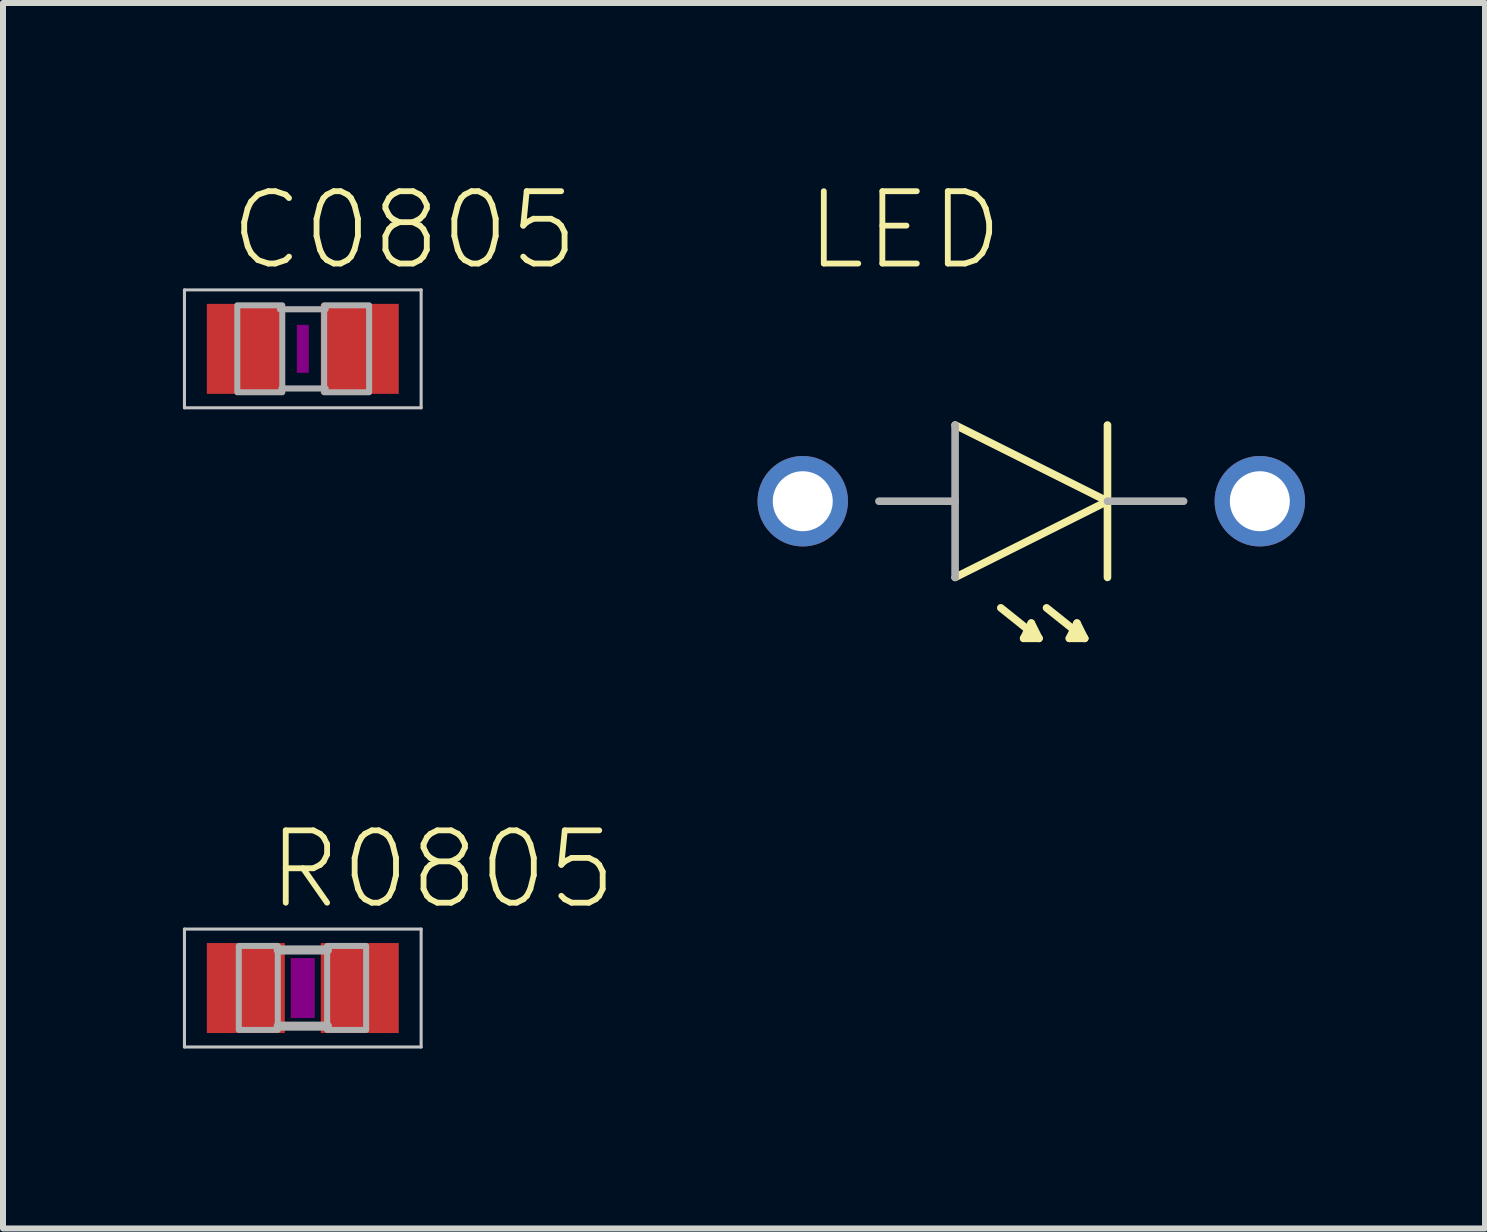
<source format=kicad_pcb>
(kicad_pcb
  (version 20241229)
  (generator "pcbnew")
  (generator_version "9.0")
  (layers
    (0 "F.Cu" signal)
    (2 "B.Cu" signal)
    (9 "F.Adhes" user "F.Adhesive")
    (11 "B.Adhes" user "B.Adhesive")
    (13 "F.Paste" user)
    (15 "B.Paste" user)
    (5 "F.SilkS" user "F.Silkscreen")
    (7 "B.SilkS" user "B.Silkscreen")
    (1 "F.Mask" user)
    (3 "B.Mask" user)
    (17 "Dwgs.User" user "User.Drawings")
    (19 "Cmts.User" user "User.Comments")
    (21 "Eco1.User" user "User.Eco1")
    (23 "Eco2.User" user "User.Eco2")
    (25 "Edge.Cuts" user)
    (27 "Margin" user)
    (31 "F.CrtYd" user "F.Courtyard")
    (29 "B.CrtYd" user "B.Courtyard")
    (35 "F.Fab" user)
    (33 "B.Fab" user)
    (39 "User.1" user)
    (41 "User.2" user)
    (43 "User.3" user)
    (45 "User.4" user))
  (footprint "R0805"
    (layer "F.Cu")
    (at 1.998 13.422)
    (property "Reference" "R0805" (at -0.635 -1.27 180) (layer "F.SilkS") (effects (font (size 1.206 1.206) (thickness 0.097)) (justify left bottom)))
    (attr through_hole)
    (fp_poly (pts (xy -0.2 0.5) (xy 0.2 0.5) (xy 0.2 -0.5) (xy -0.2 -0.5)) (stroke (width 0) (type solid)) (fill yes) (layer "F.Adhes"))
    (fp_line (start -1.973 -0.983) (end 1.973 -0.983) (stroke (width 0.051) (type solid)) (layer "Dwgs.User"))
    (fp_line (start -1.973 0.983) (end -1.973 -0.983) (stroke (width 0.051) (type solid)) (layer "Dwgs.User"))
    (fp_line (start 1.973 -0.983) (end 1.973 0.983) (stroke (width 0.051) (type solid)) (layer "Dwgs.User"))
    (fp_line (start 1.973 0.983) (end -1.973 0.983) (stroke (width 0.051) (type solid)) (layer "Dwgs.User"))
    (fp_line (start -0.41 -0.635) (end 0.41 -0.635) (stroke (width 0.152) (type solid)) (layer "F.Fab"))
    (fp_line (start -0.41 0.635) (end 0.41 0.635) (stroke (width 0.152) (type solid)) (layer "F.Fab"))
    (fp_poly (pts (xy -1.067 0.699) (xy -0.417 0.699) (xy -0.417 -0.702) (xy -1.067 -0.702)) (stroke (width 0.1) (type solid)) (fill no) (layer "F.Fab"))
    (fp_poly (pts (xy 0.406 0.699) (xy 1.056 0.699) (xy 1.056 -0.702) (xy 0.406 -0.702)) (stroke (width 0.1) (type solid)) (fill no) (layer "F.Fab"))
    (pad "1" smd rect (at -0.95 0) (size 1.3 1.5) (layers "F.Cu" "F.Mask" "F.Paste"))
    (pad "2" smd rect (at 0.95 0) (size 1.3 1.5) (layers "F.Cu" "F.Mask" "F.Paste")))
  (footprint "LED"
    (layer "F.Cu")
    (at 14.143 5.306)
    (property "Reference" "LED" (at -3.81 -3.81 0) (layer "F.SilkS") (effects (font (size 1.206 1.206) (thickness 0.097)) (justify left bottom)))
    (attr through_hole)
    (fp_line (start -1.27 1.27) (end 1.27 0) (stroke (width 0.127) (type solid)) (layer "F.SilkS"))
    (fp_line (start -0.508 1.778) (end 0.127 2.286) (stroke (width 0.127) (type solid)) (layer "F.SilkS"))
    (fp_line (start -0.127 2.286) (end 0.127 2.286) (stroke (width 0.127) (type solid)) (layer "F.SilkS"))
    (fp_line (start 0 2.032) (end -0.127 2.286) (stroke (width 0.127) (type solid)) (layer "F.SilkS"))
    (fp_line (start 0.127 2.286) (end 0 2.032) (stroke (width 0.127) (type solid)) (layer "F.SilkS"))
    (fp_line (start 0.254 1.778) (end 0.889 2.286) (stroke (width 0.127) (type solid)) (layer "F.SilkS"))
    (fp_line (start 0.635 2.286) (end 0.889 2.286) (stroke (width 0.127) (type solid)) (layer "F.SilkS"))
    (fp_line (start 0.762 2.032) (end 0.635 2.286) (stroke (width 0.127) (type solid)) (layer "F.SilkS"))
    (fp_line (start 0.889 2.286) (end 0.762 2.032) (stroke (width 0.127) (type solid)) (layer "F.SilkS"))
    (fp_line (start 1.27 -1.27) (end 1.27 1.27) (stroke (width 0.127) (type solid)) (layer "F.SilkS"))
    (fp_line (start 1.27 0) (end -1.27 -1.27) (stroke (width 0.127) (type solid)) (layer "F.SilkS"))
    (fp_line (start -2.54 0) (end -1.27 0) (stroke (width 0.127) (type solid)) (layer "F.Fab"))
    (fp_line (start -1.27 -1.27) (end -1.27 0) (stroke (width 0.127) (type solid)) (layer "F.Fab"))
    (fp_line (start -1.27 0) (end -1.27 1.27) (stroke (width 0.127) (type solid)) (layer "F.Fab"))
    (fp_line (start 1.27 0) (end 2.54 0) (stroke (width 0.127) (type solid)) (layer "F.Fab"))
    (pad "P$1" thru_hole circle (at -3.81 0) (size 1.508 1.508) (drill 1) (layers "*.Cu" "*.Mask"))
    (pad "P$2" thru_hole circle (at 3.81 0) (size 1.508 1.508) (drill 1) (layers "*.Cu" "*.Mask")))
  (footprint "C0805"
    (layer "F.Cu")
    (at 1.998 2.766)
    (property "Reference" "C0805" (at -1.27 -1.27 0) (layer "F.SilkS") (effects (font (size 1.206 1.206) (thickness 0.097)) (justify left bottom)))
    (attr through_hole)
    (fp_poly (pts (xy -0.1 0.4) (xy 0.1 0.4) (xy 0.1 -0.4) (xy -0.1 -0.4)) (stroke (width 0) (type solid)) (fill yes) (layer "F.Adhes"))
    (fp_line (start -1.973 -0.983) (end 1.973 -0.983) (stroke (width 0.051) (type solid)) (layer "Dwgs.User"))
    (fp_line (start -1.973 0.983) (end -1.973 -0.983) (stroke (width 0.051) (type solid)) (layer "Dwgs.User"))
    (fp_line (start 1.973 -0.983) (end 1.973 0.983) (stroke (width 0.051) (type solid)) (layer "Dwgs.User"))
    (fp_line (start 1.973 0.983) (end -1.973 0.983) (stroke (width 0.051) (type solid)) (layer "Dwgs.User"))
    (fp_line (start -0.381 -0.66) (end 0.381 -0.66) (stroke (width 0.102) (type solid)) (layer "F.Fab"))
    (fp_line (start -0.356 0.66) (end 0.381 0.66) (stroke (width 0.102) (type solid)) (layer "F.Fab"))
    (fp_poly (pts (xy -1.092 0.724) (xy -0.342 0.724) (xy -0.342 -0.726) (xy -1.092 -0.726)) (stroke (width 0.1) (type solid)) (fill no) (layer "F.Fab"))
    (fp_poly (pts (xy 0.356 0.724) (xy 1.106 0.724) (xy 1.106 -0.726) (xy 0.356 -0.726)) (stroke (width 0.1) (type solid)) (fill no) (layer "F.Fab"))
    (pad "1" smd rect (at -0.95 0) (size 1.3 1.5) (layers "F.Cu" "F.Mask" "F.Paste"))
    (pad "2" smd rect (at 0.95 0) (size 1.3 1.5) (layers "F.Cu" "F.Mask" "F.Paste")))
  (gr_rect
    (start -3 -3)
    (end 21.707 17.43)
    (stroke (width 0.1) (type default))
    (fill no)
    (layer "Edge.Cuts")))
</source>
